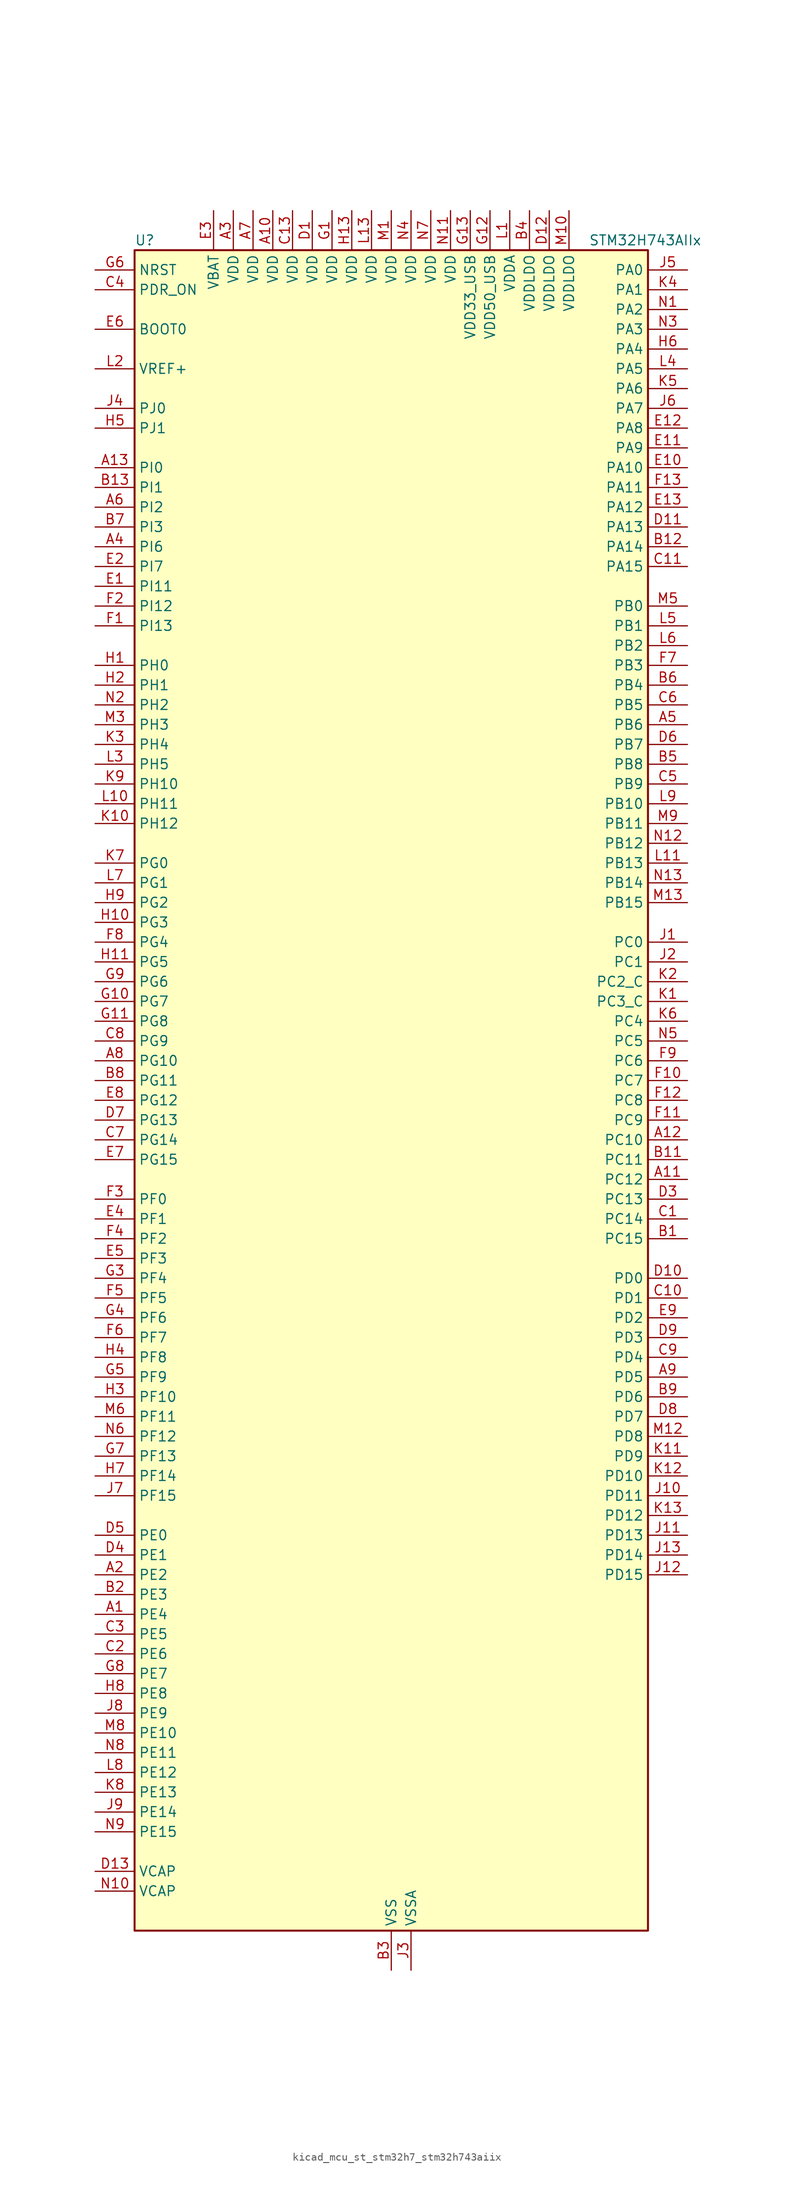
<source format=kicad_sym>
(kicad_symbol_lib
  (version 20220914)
  (generator kicad_symbol_editor)
  (symbol "kicad_mcu_st_stm32h7_stm32h743aiix"
    (property "Reference" "U"
      (at -33.02 110.49 0)
      (effects (font (size 1.27 1.27)) (justify left)))
    (property "Value" "STM32H743AIIx"
      (at 25.4 110.49 0)
      (effects (font (size 1.27 1.27)) (justify left)))
    (property "ki_locked" ""
      (at 0 0 0)
      (effects (font (size 1.27 1.27))))
    (symbol "kicad_mcu_st_stm32h7_stm32h743aiix_0_1"
      (rectangle (start -33.02 -106.68) (end 33.02 109.22) (stroke (width 0.254) (type default)) (fill (type background))))
    (symbol "kicad_mcu_st_stm32h7_stm32h743aiix_1_1"
      (pin bidirectional line (at -38.1 -66.04 0) (length 5.08) (name "PE4" (effects (font (size 1.27 1.27)))) (number "A1" (effects (font (size 1.27 1.27)))) (alternate "DCMI_D4" bidirectional line) (alternate "DEBUG_TRACED1" bidirectional line) (alternate "DFSDM1_DATIN3" bidirectional line) (alternate "FMC_A20" bidirectional line) (alternate "LTDC_B0" bidirectional line) (alternate "SAI1_D2" bidirectional line) (alternate "SAI1_FS_A" bidirectional line) (alternate "SAI4_D2" bidirectional line) (alternate "SAI4_FS_A" bidirectional line) (alternate "SPI4_NSS" bidirectional line) (alternate "TIM15_CH1N" bidirectional line))
      (pin power_in line (at -15.24 114.3 270) (length 5.08) (name "VDD" (effects (font (size 1.27 1.27)))) (number "A10" (effects (font (size 1.27 1.27)))))
      (pin bidirectional line (at 38.1 -10.16 180) (length 5.08) (name "PC12" (effects (font (size 1.27 1.27)))) (number "A11" (effects (font (size 1.27 1.27)))) (alternate "DCMI_D9" bidirectional line) (alternate "DEBUG_TRACED3" bidirectional line) (alternate "HRTIM_EEV2" bidirectional line) (alternate "I2S3_SDO" bidirectional line) (alternate "SDMMC1_CK" bidirectional line) (alternate "SPI3_MOSI" bidirectional line) (alternate "UART5_TX" bidirectional line) (alternate "USART3_CK" bidirectional line))
      (pin bidirectional line (at 38.1 -5.08 180) (length 5.08) (name "PC10" (effects (font (size 1.27 1.27)))) (number "A12" (effects (font (size 1.27 1.27)))) (alternate "DCMI_D8" bidirectional line) (alternate "DFSDM1_CKIN5" bidirectional line) (alternate "HRTIM_EEV1" bidirectional line) (alternate "I2S3_CK" bidirectional line) (alternate "LTDC_R2" bidirectional line) (alternate "QUADSPI_BK1_IO1" bidirectional line) (alternate "SDMMC1_D2" bidirectional line) (alternate "SPI3_SCK" bidirectional line) (alternate "UART4_TX" bidirectional line) (alternate "USART3_TX" bidirectional line))
      (pin bidirectional line (at -38.1 81.28 0) (length 5.08) (name "PI0" (effects (font (size 1.27 1.27)))) (number "A13" (effects (font (size 1.27 1.27)))) (alternate "DCMI_D13" bidirectional line) (alternate "FMC_D24" bidirectional line) (alternate "I2S2_WS" bidirectional line) (alternate "LTDC_G5" bidirectional line) (alternate "SPI2_NSS" bidirectional line) (alternate "TIM5_CH4" bidirectional line))
      (pin bidirectional line (at -38.1 -60.96 0) (length 5.08) (name "PE2" (effects (font (size 1.27 1.27)))) (number "A2" (effects (font (size 1.27 1.27)))) (alternate "DEBUG_TRACECLK" bidirectional line) (alternate "ETH_TXD3" bidirectional line) (alternate "FMC_A23" bidirectional line) (alternate "QUADSPI_BK1_IO2" bidirectional line) (alternate "SAI1_CK1" bidirectional line) (alternate "SAI1_MCLK_A" bidirectional line) (alternate "SAI4_CK1" bidirectional line) (alternate "SAI4_MCLK_A" bidirectional line) (alternate "SPI4_SCK" bidirectional line))
      (pin power_in line (at -20.32 114.3 270) (length 5.08) (name "VDD" (effects (font (size 1.27 1.27)))) (number "A3" (effects (font (size 1.27 1.27)))))
      (pin bidirectional line (at -38.1 71.12 0) (length 5.08) (name "PI6" (effects (font (size 1.27 1.27)))) (number "A4" (effects (font (size 1.27 1.27)))) (alternate "DCMI_D6" bidirectional line) (alternate "FMC_D28" bidirectional line) (alternate "LTDC_B6" bidirectional line) (alternate "SAI2_SD_A" bidirectional line) (alternate "TIM8_CH2" bidirectional line))
      (pin bidirectional line (at 38.1 48.26 180) (length 5.08) (name "PB6" (effects (font (size 1.27 1.27)))) (number "A5" (effects (font (size 1.27 1.27)))) (alternate "CEC" bidirectional line) (alternate "DCMI_D5" bidirectional line) (alternate "DFSDM1_DATIN5" bidirectional line) (alternate "FDCAN2_TX" bidirectional line) (alternate "FMC_SDNE1" bidirectional line) (alternate "HRTIM_EEV8" bidirectional line) (alternate "I2C1_SCL" bidirectional line) (alternate "I2C4_SCL" bidirectional line) (alternate "LPUART1_TX" bidirectional line) (alternate "QUADSPI_BK1_NCS" bidirectional line) (alternate "TIM16_CH1N" bidirectional line) (alternate "TIM4_CH1" bidirectional line) (alternate "UART5_TX" bidirectional line) (alternate "USART1_TX" bidirectional line))
      (pin bidirectional line (at -38.1 76.2 0) (length 5.08) (name "PI2" (effects (font (size 1.27 1.27)))) (number "A6" (effects (font (size 1.27 1.27)))) (alternate "DCMI_D9" bidirectional line) (alternate "FMC_D26" bidirectional line) (alternate "I2S2_SDI" bidirectional line) (alternate "LTDC_G7" bidirectional line) (alternate "SPI2_MISO" bidirectional line) (alternate "TIM8_CH4" bidirectional line))
      (pin power_in line (at -17.78 114.3 270) (length 5.08) (name "VDD" (effects (font (size 1.27 1.27)))) (number "A7" (effects (font (size 1.27 1.27)))))
      (pin bidirectional line (at -38.1 5.08 0) (length 5.08) (name "PG10" (effects (font (size 1.27 1.27)))) (number "A8" (effects (font (size 1.27 1.27)))) (alternate "DCMI_D2" bidirectional line) (alternate "FMC_NE3" bidirectional line) (alternate "HRTIM_FLT5" bidirectional line) (alternate "I2S1_WS" bidirectional line) (alternate "LTDC_B2" bidirectional line) (alternate "LTDC_G3" bidirectional line) (alternate "SAI2_SD_B" bidirectional line) (alternate "SPI1_NSS" bidirectional line))
      (pin bidirectional line (at 38.1 -35.56 180) (length 5.08) (name "PD5" (effects (font (size 1.27 1.27)))) (number "A9" (effects (font (size 1.27 1.27)))) (alternate "FMC_NWE" bidirectional line) (alternate "HRTIM_EEV3" bidirectional line) (alternate "USART2_TX" bidirectional line))
      (pin bidirectional line (at 38.1 -17.78 180) (length 5.08) (name "PC15" (effects (font (size 1.27 1.27)))) (number "B1" (effects (font (size 1.27 1.27)))) (alternate "ADC1_EXTI15" bidirectional line) (alternate "ADC2_EXTI15" bidirectional line) (alternate "ADC3_EXTI15" bidirectional line) (alternate "RCC_OSC32_OUT" bidirectional line))
      (pin passive line (at 0 -111.76 90) (length 5.08) hide (name "VSS" (effects (font (size 1.27 1.27)))) (number "B10" (effects (font (size 1.27 1.27)))))
      (pin bidirectional line (at 38.1 -7.62 180) (length 5.08) (name "PC11" (effects (font (size 1.27 1.27)))) (number "B11" (effects (font (size 1.27 1.27)))) (alternate "ADC1_EXTI11" bidirectional line) (alternate "ADC2_EXTI11" bidirectional line) (alternate "ADC3_EXTI11" bidirectional line) (alternate "DCMI_D4" bidirectional line) (alternate "DFSDM1_DATIN5" bidirectional line) (alternate "HRTIM_FLT2" bidirectional line) (alternate "I2S3_SDI" bidirectional line) (alternate "QUADSPI_BK2_NCS" bidirectional line) (alternate "SDMMC1_D3" bidirectional line) (alternate "SPI3_MISO" bidirectional line) (alternate "UART4_RX" bidirectional line) (alternate "USART3_RX" bidirectional line))
      (pin bidirectional line (at 38.1 71.12 180) (length 5.08) (name "PA14" (effects (font (size 1.27 1.27)))) (number "B12" (effects (font (size 1.27 1.27)))) (alternate "DEBUG_JTCK-SWCLK" bidirectional line))
      (pin bidirectional line (at -38.1 78.74 0) (length 5.08) (name "PI1" (effects (font (size 1.27 1.27)))) (number "B13" (effects (font (size 1.27 1.27)))) (alternate "DCMI_D8" bidirectional line) (alternate "FMC_D25" bidirectional line) (alternate "I2S2_CK" bidirectional line) (alternate "LTDC_G6" bidirectional line) (alternate "SPI2_SCK" bidirectional line) (alternate "TIM8_BKIN2" bidirectional line) (alternate "TIM8_BKIN2_COMP1" bidirectional line) (alternate "TIM8_BKIN2_COMP2" bidirectional line))
      (pin bidirectional line (at -38.1 -63.5 0) (length 5.08) (name "PE3" (effects (font (size 1.27 1.27)))) (number "B2" (effects (font (size 1.27 1.27)))) (alternate "DEBUG_TRACED0" bidirectional line) (alternate "FMC_A19" bidirectional line) (alternate "SAI1_SD_B" bidirectional line) (alternate "SAI4_SD_B" bidirectional line) (alternate "TIM15_BKIN" bidirectional line))
      (pin power_in line (at 0 -111.76 90) (length 5.08) (name "VSS" (effects (font (size 1.27 1.27)))) (number "B3" (effects (font (size 1.27 1.27)))))
      (pin power_in line (at 17.78 114.3 270) (length 5.08) (name "VDDLDO" (effects (font (size 1.27 1.27)))) (number "B4" (effects (font (size 1.27 1.27)))))
      (pin bidirectional line (at 38.1 43.18 180) (length 5.08) (name "PB8" (effects (font (size 1.27 1.27)))) (number "B5" (effects (font (size 1.27 1.27)))) (alternate "DCMI_D6" bidirectional line) (alternate "DFSDM1_CKIN7" bidirectional line) (alternate "ETH_TXD3" bidirectional line) (alternate "FDCAN1_RX" bidirectional line) (alternate "I2C1_SCL" bidirectional line) (alternate "I2C4_SCL" bidirectional line) (alternate "LTDC_B6" bidirectional line) (alternate "SDMMC1_CKIN" bidirectional line) (alternate "SDMMC1_D4" bidirectional line) (alternate "SDMMC2_D4" bidirectional line) (alternate "TIM16_CH1" bidirectional line) (alternate "TIM4_CH3" bidirectional line) (alternate "UART4_RX" bidirectional line))
      (pin bidirectional line (at 38.1 53.34 180) (length 5.08) (name "PB4" (effects (font (size 1.27 1.27)))) (number "B6" (effects (font (size 1.27 1.27)))) (alternate "DEBUG_JTRST" bidirectional line) (alternate "HRTIM_EEV6" bidirectional line) (alternate "I2S1_SDI" bidirectional line) (alternate "I2S2_WS" bidirectional line) (alternate "I2S3_SDI" bidirectional line) (alternate "SDMMC2_D3" bidirectional line) (alternate "SPI1_MISO" bidirectional line) (alternate "SPI2_NSS" bidirectional line) (alternate "SPI3_MISO" bidirectional line) (alternate "SPI6_MISO" bidirectional line) (alternate "TIM16_BKIN" bidirectional line) (alternate "TIM3_CH1" bidirectional line) (alternate "UART7_TX" bidirectional line))
      (pin bidirectional line (at -38.1 73.66 0) (length 5.08) (name "PI3" (effects (font (size 1.27 1.27)))) (number "B7" (effects (font (size 1.27 1.27)))) (alternate "DCMI_D10" bidirectional line) (alternate "FMC_D27" bidirectional line) (alternate "I2S2_SDO" bidirectional line) (alternate "SPI2_MOSI" bidirectional line) (alternate "TIM8_ETR" bidirectional line))
      (pin bidirectional line (at -38.1 2.54 0) (length 5.08) (name "PG11" (effects (font (size 1.27 1.27)))) (number "B8" (effects (font (size 1.27 1.27)))) (alternate "ADC1_EXTI11" bidirectional line) (alternate "ADC2_EXTI11" bidirectional line) (alternate "ADC3_EXTI11" bidirectional line) (alternate "DCMI_D3" bidirectional line) (alternate "ETH_TX_EN" bidirectional line) (alternate "HRTIM_EEV4" bidirectional line) (alternate "I2S1_CK" bidirectional line) (alternate "LPTIM1_IN2" bidirectional line) (alternate "LTDC_B3" bidirectional line) (alternate "SDMMC2_D2" bidirectional line) (alternate "SPDIFRX1_IN0" bidirectional line) (alternate "SPI1_SCK" bidirectional line))
      (pin bidirectional line (at 38.1 -38.1 180) (length 5.08) (name "PD6" (effects (font (size 1.27 1.27)))) (number "B9" (effects (font (size 1.27 1.27)))) (alternate "DCMI_D10" bidirectional line) (alternate "DFSDM1_CKIN4" bidirectional line) (alternate "DFSDM1_DATIN1" bidirectional line) (alternate "FMC_NWAIT" bidirectional line) (alternate "I2S3_SDO" bidirectional line) (alternate "LTDC_B2" bidirectional line) (alternate "SAI1_D1" bidirectional line) (alternate "SAI1_SD_A" bidirectional line) (alternate "SAI4_D1" bidirectional line) (alternate "SAI4_SD_A" bidirectional line) (alternate "SDMMC2_CK" bidirectional line) (alternate "SPI3_MOSI" bidirectional line) (alternate "USART2_RX" bidirectional line))
      (pin bidirectional line (at 38.1 -15.24 180) (length 5.08) (name "PC14" (effects (font (size 1.27 1.27)))) (number "C1" (effects (font (size 1.27 1.27)))) (alternate "RCC_OSC32_IN" bidirectional line))
      (pin bidirectional line (at 38.1 -25.4 180) (length 5.08) (name "PD1" (effects (font (size 1.27 1.27)))) (number "C10" (effects (font (size 1.27 1.27)))) (alternate "DFSDM1_DATIN6" bidirectional line) (alternate "FDCAN1_TX" bidirectional line) (alternate "FMC_D3" bidirectional line) (alternate "FMC_DA3" bidirectional line) (alternate "SAI3_SD_A" bidirectional line) (alternate "UART4_TX" bidirectional line))
      (pin bidirectional line (at 38.1 68.58 180) (length 5.08) (name "PA15" (effects (font (size 1.27 1.27)))) (number "C11" (effects (font (size 1.27 1.27)))) (alternate "ADC1_EXTI15" bidirectional line) (alternate "ADC2_EXTI15" bidirectional line) (alternate "ADC3_EXTI15" bidirectional line) (alternate "CEC" bidirectional line) (alternate "DEBUG_JTDI" bidirectional line) (alternate "HRTIM_FLT1" bidirectional line) (alternate "I2S1_WS" bidirectional line) (alternate "I2S3_WS" bidirectional line) (alternate "SPI1_NSS" bidirectional line) (alternate "SPI3_NSS" bidirectional line) (alternate "SPI6_NSS" bidirectional line) (alternate "TIM2_CH1" bidirectional line) (alternate "TIM2_ETR" bidirectional line) (alternate "UART4_DE" bidirectional line) (alternate "UART4_RTS" bidirectional line) (alternate "UART7_TX" bidirectional line))
      (pin passive line (at 0 -111.76 90) (length 5.08) hide (name "VSS" (effects (font (size 1.27 1.27)))) (number "C12" (effects (font (size 1.27 1.27)))))
      (pin power_in line (at -12.7 114.3 270) (length 5.08) (name "VDD" (effects (font (size 1.27 1.27)))) (number "C13" (effects (font (size 1.27 1.27)))))
      (pin bidirectional line (at -38.1 -71.12 0) (length 5.08) (name "PE6" (effects (font (size 1.27 1.27)))) (number "C2" (effects (font (size 1.27 1.27)))) (alternate "DCMI_D7" bidirectional line) (alternate "DEBUG_TRACED3" bidirectional line) (alternate "FMC_A22" bidirectional line) (alternate "LTDC_G1" bidirectional line) (alternate "SAI1_D1" bidirectional line) (alternate "SAI1_SD_A" bidirectional line) (alternate "SAI2_MCLK_B" bidirectional line) (alternate "SAI4_D1" bidirectional line) (alternate "SAI4_SD_A" bidirectional line) (alternate "SPI4_MOSI" bidirectional line) (alternate "TIM15_CH2" bidirectional line) (alternate "TIM1_BKIN2" bidirectional line) (alternate "TIM1_BKIN2_COMP1" bidirectional line) (alternate "TIM1_BKIN2_COMP2" bidirectional line))
      (pin bidirectional line (at -38.1 -68.58 0) (length 5.08) (name "PE5" (effects (font (size 1.27 1.27)))) (number "C3" (effects (font (size 1.27 1.27)))) (alternate "DCMI_D6" bidirectional line) (alternate "DEBUG_TRACED2" bidirectional line) (alternate "DFSDM1_CKIN3" bidirectional line) (alternate "FMC_A21" bidirectional line) (alternate "LTDC_G0" bidirectional line) (alternate "SAI1_CK2" bidirectional line) (alternate "SAI1_SCK_A" bidirectional line) (alternate "SAI4_CK2" bidirectional line) (alternate "SAI4_SCK_A" bidirectional line) (alternate "SPI4_MISO" bidirectional line) (alternate "TIM15_CH1" bidirectional line))
      (pin input line (at -38.1 104.14 0) (length 5.08) (name "PDR_ON" (effects (font (size 1.27 1.27)))) (number "C4" (effects (font (size 1.27 1.27)))))
      (pin bidirectional line (at 38.1 40.64 180) (length 5.08) (name "PB9" (effects (font (size 1.27 1.27)))) (number "C5" (effects (font (size 1.27 1.27)))) (alternate "DAC1_EXTI9" bidirectional line) (alternate "DCMI_D7" bidirectional line) (alternate "DFSDM1_DATIN7" bidirectional line) (alternate "FDCAN1_TX" bidirectional line) (alternate "I2C1_SDA" bidirectional line) (alternate "I2C4_SDA" bidirectional line) (alternate "I2C4_SMBA" bidirectional line) (alternate "I2S2_WS" bidirectional line) (alternate "LTDC_B7" bidirectional line) (alternate "SDMMC1_CDIR" bidirectional line) (alternate "SDMMC1_D5" bidirectional line) (alternate "SDMMC2_D5" bidirectional line) (alternate "SPI2_NSS" bidirectional line) (alternate "TIM17_CH1" bidirectional line) (alternate "TIM4_CH4" bidirectional line) (alternate "UART4_TX" bidirectional line))
      (pin bidirectional line (at 38.1 50.8 180) (length 5.08) (name "PB5" (effects (font (size 1.27 1.27)))) (number "C6" (effects (font (size 1.27 1.27)))) (alternate "DCMI_D10" bidirectional line) (alternate "ETH_PPS_OUT" bidirectional line) (alternate "FDCAN2_RX" bidirectional line) (alternate "FMC_SDCKE1" bidirectional line) (alternate "HRTIM_EEV7" bidirectional line) (alternate "I2C1_SMBA" bidirectional line) (alternate "I2C4_SMBA" bidirectional line) (alternate "I2S1_SDO" bidirectional line) (alternate "I2S3_SDO" bidirectional line) (alternate "SPI1_MOSI" bidirectional line) (alternate "SPI3_MOSI" bidirectional line) (alternate "SPI6_MOSI" bidirectional line) (alternate "TIM17_BKIN" bidirectional line) (alternate "TIM3_CH2" bidirectional line) (alternate "UART5_RX" bidirectional line) (alternate "USB_OTG_HS_ULPI_D7" bidirectional line))
      (pin bidirectional line (at -38.1 -5.08 0) (length 5.08) (name "PG14" (effects (font (size 1.27 1.27)))) (number "C7" (effects (font (size 1.27 1.27)))) (alternate "DEBUG_TRACED1" bidirectional line) (alternate "ETH_TXD1" bidirectional line) (alternate "FMC_A25" bidirectional line) (alternate "LPTIM1_ETR" bidirectional line) (alternate "LTDC_B0" bidirectional line) (alternate "QUADSPI_BK2_IO3" bidirectional line) (alternate "SPI6_MOSI" bidirectional line) (alternate "USART6_TX" bidirectional line))
      (pin bidirectional line (at -38.1 7.62 0) (length 5.08) (name "PG9" (effects (font (size 1.27 1.27)))) (number "C8" (effects (font (size 1.27 1.27)))) (alternate "DAC1_EXTI9" bidirectional line) (alternate "DCMI_VSYNC" bidirectional line) (alternate "FMC_NCE" bidirectional line) (alternate "FMC_NE2" bidirectional line) (alternate "I2S1_SDI" bidirectional line) (alternate "QUADSPI_BK2_IO2" bidirectional line) (alternate "SAI2_FS_B" bidirectional line) (alternate "SPDIFRX1_IN3" bidirectional line) (alternate "SPI1_MISO" bidirectional line) (alternate "USART6_RX" bidirectional line))
      (pin bidirectional line (at 38.1 -33.02 180) (length 5.08) (name "PD4" (effects (font (size 1.27 1.27)))) (number "C9" (effects (font (size 1.27 1.27)))) (alternate "FMC_NOE" bidirectional line) (alternate "HRTIM_FLT3" bidirectional line) (alternate "SAI3_FS_A" bidirectional line) (alternate "USART2_DE" bidirectional line) (alternate "USART2_RTS" bidirectional line))
      (pin power_in line (at -10.16 114.3 270) (length 5.08) (name "VDD" (effects (font (size 1.27 1.27)))) (number "D1" (effects (font (size 1.27 1.27)))))
      (pin bidirectional line (at 38.1 -22.86 180) (length 5.08) (name "PD0" (effects (font (size 1.27 1.27)))) (number "D10" (effects (font (size 1.27 1.27)))) (alternate "DFSDM1_CKIN6" bidirectional line) (alternate "FDCAN1_RX" bidirectional line) (alternate "FMC_D2" bidirectional line) (alternate "FMC_DA2" bidirectional line) (alternate "SAI3_SCK_A" bidirectional line) (alternate "UART4_RX" bidirectional line))
      (pin bidirectional line (at 38.1 73.66 180) (length 5.08) (name "PA13" (effects (font (size 1.27 1.27)))) (number "D11" (effects (font (size 1.27 1.27)))) (alternate "DEBUG_JTMS-SWDIO" bidirectional line))
      (pin power_in line (at 20.32 114.3 270) (length 5.08) (name "VDDLDO" (effects (font (size 1.27 1.27)))) (number "D12" (effects (font (size 1.27 1.27)))))
      (pin power_out line (at -38.1 -99.06 0) (length 5.08) (name "VCAP" (effects (font (size 1.27 1.27)))) (number "D13" (effects (font (size 1.27 1.27)))))
      (pin passive line (at 0 -111.76 90) (length 5.08) hide (name "VSS" (effects (font (size 1.27 1.27)))) (number "D2" (effects (font (size 1.27 1.27)))))
      (pin bidirectional line (at 38.1 -12.7 180) (length 5.08) (name "PC13" (effects (font (size 1.27 1.27)))) (number "D3" (effects (font (size 1.27 1.27)))) (alternate "PWR_WKUP2" bidirectional line) (alternate "RTC_OUT_ALARM" bidirectional line) (alternate "RTC_OUT_CALIB" bidirectional line) (alternate "RTC_TAMP1" bidirectional line) (alternate "RTC_TS" bidirectional line))
      (pin bidirectional line (at -38.1 -58.42 0) (length 5.08) (name "PE1" (effects (font (size 1.27 1.27)))) (number "D4" (effects (font (size 1.27 1.27)))) (alternate "DCMI_D3" bidirectional line) (alternate "FMC_NBL1" bidirectional line) (alternate "HRTIM_SCOUT" bidirectional line) (alternate "LPTIM1_IN2" bidirectional line) (alternate "UART8_TX" bidirectional line))
      (pin bidirectional line (at -38.1 -55.88 0) (length 5.08) (name "PE0" (effects (font (size 1.27 1.27)))) (number "D5" (effects (font (size 1.27 1.27)))) (alternate "DCMI_D2" bidirectional line) (alternate "FMC_NBL0" bidirectional line) (alternate "HRTIM_SCIN" bidirectional line) (alternate "LPTIM1_ETR" bidirectional line) (alternate "LPTIM2_ETR" bidirectional line) (alternate "SAI2_MCLK_A" bidirectional line) (alternate "TIM4_ETR" bidirectional line) (alternate "UART8_RX" bidirectional line))
      (pin bidirectional line (at 38.1 45.72 180) (length 5.08) (name "PB7" (effects (font (size 1.27 1.27)))) (number "D6" (effects (font (size 1.27 1.27)))) (alternate "DCMI_VSYNC" bidirectional line) (alternate "DFSDM1_CKIN5" bidirectional line) (alternate "FMC_NL" bidirectional line) (alternate "HRTIM_EEV9" bidirectional line) (alternate "I2C1_SDA" bidirectional line) (alternate "I2C4_SDA" bidirectional line) (alternate "LPUART1_RX" bidirectional line) (alternate "PWR_PVD_IN" bidirectional line) (alternate "TIM17_CH1N" bidirectional line) (alternate "TIM4_CH2" bidirectional line) (alternate "USART1_RX" bidirectional line))
      (pin bidirectional line (at -38.1 -2.54 0) (length 5.08) (name "PG13" (effects (font (size 1.27 1.27)))) (number "D7" (effects (font (size 1.27 1.27)))) (alternate "DEBUG_TRACED0" bidirectional line) (alternate "ETH_TXD0" bidirectional line) (alternate "FMC_A24" bidirectional line) (alternate "HRTIM_EEV10" bidirectional line) (alternate "LPTIM1_OUT" bidirectional line) (alternate "LTDC_R0" bidirectional line) (alternate "SPI6_SCK" bidirectional line) (alternate "USART6_CTS" bidirectional line) (alternate "USART6_NSS" bidirectional line))
      (pin bidirectional line (at 38.1 -40.64 180) (length 5.08) (name "PD7" (effects (font (size 1.27 1.27)))) (number "D8" (effects (font (size 1.27 1.27)))) (alternate "DFSDM1_CKIN1" bidirectional line) (alternate "DFSDM1_DATIN4" bidirectional line) (alternate "FMC_NE1" bidirectional line) (alternate "I2S1_SDO" bidirectional line) (alternate "SDMMC2_CMD" bidirectional line) (alternate "SPDIFRX1_IN0" bidirectional line) (alternate "SPI1_MOSI" bidirectional line) (alternate "USART2_CK" bidirectional line))
      (pin bidirectional line (at 38.1 -30.48 180) (length 5.08) (name "PD3" (effects (font (size 1.27 1.27)))) (number "D9" (effects (font (size 1.27 1.27)))) (alternate "DCMI_D5" bidirectional line) (alternate "DFSDM1_CKOUT" bidirectional line) (alternate "FMC_CLK" bidirectional line) (alternate "I2S2_CK" bidirectional line) (alternate "LTDC_G7" bidirectional line) (alternate "SPI2_SCK" bidirectional line) (alternate "USART2_CTS" bidirectional line) (alternate "USART2_NSS" bidirectional line))
      (pin bidirectional line (at -38.1 66.04 0) (length 5.08) (name "PI11" (effects (font (size 1.27 1.27)))) (number "E1" (effects (font (size 1.27 1.27)))) (alternate "ADC1_EXTI11" bidirectional line) (alternate "ADC2_EXTI11" bidirectional line) (alternate "ADC3_EXTI11" bidirectional line) (alternate "LTDC_G6" bidirectional line) (alternate "PWR_WKUP4" bidirectional line) (alternate "USB_OTG_HS_ULPI_DIR" bidirectional line))
      (pin bidirectional line (at 38.1 81.28 180) (length 5.08) (name "PA10" (effects (font (size 1.27 1.27)))) (number "E10" (effects (font (size 1.27 1.27)))) (alternate "DCMI_D1" bidirectional line) (alternate "HRTIM_CHC2" bidirectional line) (alternate "LPUART1_RX" bidirectional line) (alternate "LTDC_B1" bidirectional line) (alternate "LTDC_B4" bidirectional line) (alternate "MDIOS_MDIO" bidirectional line) (alternate "TIM1_CH3" bidirectional line) (alternate "USART1_RX" bidirectional line) (alternate "USB_OTG_FS_ID" bidirectional line))
      (pin bidirectional line (at 38.1 83.82 180) (length 5.08) (name "PA9" (effects (font (size 1.27 1.27)))) (number "E11" (effects (font (size 1.27 1.27)))) (alternate "DAC1_EXTI9" bidirectional line) (alternate "DCMI_D0" bidirectional line) (alternate "HRTIM_CHC1" bidirectional line) (alternate "I2C3_SMBA" bidirectional line) (alternate "I2S2_CK" bidirectional line) (alternate "LPUART1_TX" bidirectional line) (alternate "LTDC_R5" bidirectional line) (alternate "SPI2_SCK" bidirectional line) (alternate "TIM1_CH2" bidirectional line) (alternate "USART1_TX" bidirectional line) (alternate "USB_OTG_FS_VBUS" bidirectional line))
      (pin bidirectional line (at 38.1 86.36 180) (length 5.08) (name "PA8" (effects (font (size 1.27 1.27)))) (number "E12" (effects (font (size 1.27 1.27)))) (alternate "HRTIM_CHB2" bidirectional line) (alternate "I2C3_SCL" bidirectional line) (alternate "LTDC_B3" bidirectional line) (alternate "LTDC_R6" bidirectional line) (alternate "RCC_MCO_1" bidirectional line) (alternate "TIM1_CH1" bidirectional line) (alternate "TIM8_BKIN2" bidirectional line) (alternate "TIM8_BKIN2_COMP1" bidirectional line) (alternate "TIM8_BKIN2_COMP2" bidirectional line) (alternate "UART7_RX" bidirectional line) (alternate "USART1_CK" bidirectional line) (alternate "USB_OTG_FS_SOF" bidirectional line))
      (pin bidirectional line (at 38.1 76.2 180) (length 5.08) (name "PA12" (effects (font (size 1.27 1.27)))) (number "E13" (effects (font (size 1.27 1.27)))) (alternate "FDCAN1_TX" bidirectional line) (alternate "HRTIM_CHD2" bidirectional line) (alternate "I2S2_CK" bidirectional line) (alternate "LPUART1_DE" bidirectional line) (alternate "LPUART1_RTS" bidirectional line) (alternate "LTDC_R5" bidirectional line) (alternate "SAI2_FS_B" bidirectional line) (alternate "SPI2_SCK" bidirectional line) (alternate "TIM1_ETR" bidirectional line) (alternate "UART4_TX" bidirectional line) (alternate "USART1_DE" bidirectional line) (alternate "USART1_RTS" bidirectional line) (alternate "USB_OTG_FS_DP" bidirectional line))
      (pin bidirectional line (at -38.1 68.58 0) (length 5.08) (name "PI7" (effects (font (size 1.27 1.27)))) (number "E2" (effects (font (size 1.27 1.27)))) (alternate "DCMI_D7" bidirectional line) (alternate "FMC_D29" bidirectional line) (alternate "LTDC_B7" bidirectional line) (alternate "SAI2_FS_A" bidirectional line) (alternate "TIM8_CH3" bidirectional line))
      (pin power_in line (at -22.86 114.3 270) (length 5.08) (name "VBAT" (effects (font (size 1.27 1.27)))) (number "E3" (effects (font (size 1.27 1.27)))))
      (pin bidirectional line (at -38.1 -15.24 0) (length 5.08) (name "PF1" (effects (font (size 1.27 1.27)))) (number "E4" (effects (font (size 1.27 1.27)))) (alternate "FMC_A1" bidirectional line) (alternate "I2C2_SCL" bidirectional line))
      (pin bidirectional line (at -38.1 -20.32 0) (length 5.08) (name "PF3" (effects (font (size 1.27 1.27)))) (number "E5" (effects (font (size 1.27 1.27)))) (alternate "ADC3_INP5" bidirectional line) (alternate "FMC_A3" bidirectional line))
      (pin input line (at -38.1 99.06 0) (length 5.08) (name "BOOT0" (effects (font (size 1.27 1.27)))) (number "E6" (effects (font (size 1.27 1.27)))))
      (pin bidirectional line (at -38.1 -7.62 0) (length 5.08) (name "PG15" (effects (font (size 1.27 1.27)))) (number "E7" (effects (font (size 1.27 1.27)))) (alternate "ADC1_EXTI15" bidirectional line) (alternate "ADC2_EXTI15" bidirectional line) (alternate "ADC3_EXTI15" bidirectional line) (alternate "DCMI_D13" bidirectional line) (alternate "FMC_SDNCAS" bidirectional line) (alternate "USART6_CTS" bidirectional line) (alternate "USART6_NSS" bidirectional line))
      (pin bidirectional line (at -38.1 0 0) (length 5.08) (name "PG12" (effects (font (size 1.27 1.27)))) (number "E8" (effects (font (size 1.27 1.27)))) (alternate "ETH_TXD1" bidirectional line) (alternate "FMC_NE4" bidirectional line) (alternate "HRTIM_EEV5" bidirectional line) (alternate "LPTIM1_IN1" bidirectional line) (alternate "LTDC_B1" bidirectional line) (alternate "LTDC_B4" bidirectional line) (alternate "SPDIFRX1_IN1" bidirectional line) (alternate "SPI6_MISO" bidirectional line) (alternate "USART6_DE" bidirectional line) (alternate "USART6_RTS" bidirectional line))
      (pin bidirectional line (at 38.1 -27.94 180) (length 5.08) (name "PD2" (effects (font (size 1.27 1.27)))) (number "E9" (effects (font (size 1.27 1.27)))) (alternate "DCMI_D11" bidirectional line) (alternate "DEBUG_TRACED2" bidirectional line) (alternate "SDMMC1_CMD" bidirectional line) (alternate "TIM3_ETR" bidirectional line) (alternate "UART5_RX" bidirectional line))
      (pin bidirectional line (at -38.1 60.96 0) (length 5.08) (name "PI13" (effects (font (size 1.27 1.27)))) (number "F1" (effects (font (size 1.27 1.27)))) (alternate "LTDC_VSYNC" bidirectional line))
      (pin bidirectional line (at 38.1 2.54 180) (length 5.08) (name "PC7" (effects (font (size 1.27 1.27)))) (number "F10" (effects (font (size 1.27 1.27)))) (alternate "DCMI_D1" bidirectional line) (alternate "DEBUG_TRGIO" bidirectional line) (alternate "DFSDM1_DATIN3" bidirectional line) (alternate "FMC_NE1" bidirectional line) (alternate "HRTIM_CHA2" bidirectional line) (alternate "I2S3_MCK" bidirectional line) (alternate "LTDC_G6" bidirectional line) (alternate "SDMMC1_D123DIR" bidirectional line) (alternate "SDMMC1_D7" bidirectional line) (alternate "SDMMC2_D7" bidirectional line) (alternate "SWPMI1_TX" bidirectional line) (alternate "TIM3_CH2" bidirectional line) (alternate "TIM8_CH2" bidirectional line) (alternate "USART6_RX" bidirectional line))
      (pin bidirectional line (at 38.1 -2.54 180) (length 5.08) (name "PC9" (effects (font (size 1.27 1.27)))) (number "F11" (effects (font (size 1.27 1.27)))) (alternate "DAC1_EXTI9" bidirectional line) (alternate "DCMI_D3" bidirectional line) (alternate "I2C3_SDA" bidirectional line) (alternate "I2S_CKIN" bidirectional line) (alternate "LTDC_B2" bidirectional line) (alternate "LTDC_G3" bidirectional line) (alternate "QUADSPI_BK1_IO0" bidirectional line) (alternate "RCC_MCO_2" bidirectional line) (alternate "SDMMC1_D1" bidirectional line) (alternate "SWPMI1_SUSPEND" bidirectional line) (alternate "TIM3_CH4" bidirectional line) (alternate "TIM8_CH4" bidirectional line) (alternate "UART5_CTS" bidirectional line))
      (pin bidirectional line (at 38.1 0 180) (length 5.08) (name "PC8" (effects (font (size 1.27 1.27)))) (number "F12" (effects (font (size 1.27 1.27)))) (alternate "DCMI_D2" bidirectional line) (alternate "DEBUG_TRACED1" bidirectional line) (alternate "FMC_NCE" bidirectional line) (alternate "FMC_NE2" bidirectional line) (alternate "HRTIM_CHB1" bidirectional line) (alternate "SDMMC1_D0" bidirectional line) (alternate "SWPMI1_RX" bidirectional line) (alternate "TIM3_CH3" bidirectional line) (alternate "TIM8_CH3" bidirectional line) (alternate "UART5_DE" bidirectional line) (alternate "UART5_RTS" bidirectional line) (alternate "USART6_CK" bidirectional line))
      (pin bidirectional line (at 38.1 78.74 180) (length 5.08) (name "PA11" (effects (font (size 1.27 1.27)))) (number "F13" (effects (font (size 1.27 1.27)))) (alternate "ADC1_EXTI11" bidirectional line) (alternate "ADC2_EXTI11" bidirectional line) (alternate "ADC3_EXTI11" bidirectional line) (alternate "FDCAN1_RX" bidirectional line) (alternate "HRTIM_CHD1" bidirectional line) (alternate "I2S2_WS" bidirectional line) (alternate "LPUART1_CTS" bidirectional line) (alternate "LTDC_R4" bidirectional line) (alternate "SPI2_NSS" bidirectional line) (alternate "TIM1_CH4" bidirectional line) (alternate "UART4_RX" bidirectional line) (alternate "USART1_CTS" bidirectional line) (alternate "USART1_NSS" bidirectional line) (alternate "USB_OTG_FS_DM" bidirectional line))
      (pin bidirectional line (at -38.1 63.5 0) (length 5.08) (name "PI12" (effects (font (size 1.27 1.27)))) (number "F2" (effects (font (size 1.27 1.27)))) (alternate "LTDC_HSYNC" bidirectional line))
      (pin bidirectional line (at -38.1 -12.7 0) (length 5.08) (name "PF0" (effects (font (size 1.27 1.27)))) (number "F3" (effects (font (size 1.27 1.27)))) (alternate "FMC_A0" bidirectional line) (alternate "I2C2_SDA" bidirectional line))
      (pin bidirectional line (at -38.1 -17.78 0) (length 5.08) (name "PF2" (effects (font (size 1.27 1.27)))) (number "F4" (effects (font (size 1.27 1.27)))) (alternate "FMC_A2" bidirectional line) (alternate "I2C2_SMBA" bidirectional line))
      (pin bidirectional line (at -38.1 -25.4 0) (length 5.08) (name "PF5" (effects (font (size 1.27 1.27)))) (number "F5" (effects (font (size 1.27 1.27)))) (alternate "ADC3_INP4" bidirectional line) (alternate "FMC_A5" bidirectional line))
      (pin bidirectional line (at -38.1 -30.48 0) (length 5.08) (name "PF7" (effects (font (size 1.27 1.27)))) (number "F6" (effects (font (size 1.27 1.27)))) (alternate "ADC3_INP3" bidirectional line) (alternate "QUADSPI_BK1_IO2" bidirectional line) (alternate "SAI1_MCLK_B" bidirectional line) (alternate "SAI4_MCLK_B" bidirectional line) (alternate "SPI5_SCK" bidirectional line) (alternate "TIM17_CH1" bidirectional line) (alternate "UART7_TX" bidirectional line))
      (pin bidirectional line (at 38.1 55.88 180) (length 5.08) (name "PB3" (effects (font (size 1.27 1.27)))) (number "F7" (effects (font (size 1.27 1.27)))) (alternate "CRS_SYNC" bidirectional line) (alternate "DEBUG_JTDO-SWO" bidirectional line) (alternate "HRTIM_FLT4" bidirectional line) (alternate "I2S1_CK" bidirectional line) (alternate "I2S3_CK" bidirectional line) (alternate "SDMMC2_D2" bidirectional line) (alternate "SPI1_SCK" bidirectional line) (alternate "SPI3_SCK" bidirectional line) (alternate "SPI6_SCK" bidirectional line) (alternate "TIM2_CH2" bidirectional line) (alternate "UART7_RX" bidirectional line))
      (pin bidirectional line (at -38.1 20.32 0) (length 5.08) (name "PG4" (effects (font (size 1.27 1.27)))) (number "F8" (effects (font (size 1.27 1.27)))) (alternate "FMC_A14" bidirectional line) (alternate "FMC_BA0" bidirectional line) (alternate "TIM1_BKIN2" bidirectional line) (alternate "TIM1_BKIN2_COMP1" bidirectional line) (alternate "TIM1_BKIN2_COMP2" bidirectional line))
      (pin bidirectional line (at 38.1 5.08 180) (length 5.08) (name "PC6" (effects (font (size 1.27 1.27)))) (number "F9" (effects (font (size 1.27 1.27)))) (alternate "DCMI_D0" bidirectional line) (alternate "DFSDM1_CKIN3" bidirectional line) (alternate "FMC_NWAIT" bidirectional line) (alternate "HRTIM_CHA1" bidirectional line) (alternate "I2S2_MCK" bidirectional line) (alternate "LTDC_HSYNC" bidirectional line) (alternate "SDMMC1_D0DIR" bidirectional line) (alternate "SDMMC1_D6" bidirectional line) (alternate "SDMMC2_D6" bidirectional line) (alternate "SWPMI1_IO" bidirectional line) (alternate "TIM3_CH1" bidirectional line) (alternate "TIM8_CH1" bidirectional line) (alternate "USART6_TX" bidirectional line))
      (pin power_in line (at -7.62 114.3 270) (length 5.08) (name "VDD" (effects (font (size 1.27 1.27)))) (number "G1" (effects (font (size 1.27 1.27)))))
      (pin bidirectional line (at -38.1 12.7 0) (length 5.08) (name "PG7" (effects (font (size 1.27 1.27)))) (number "G10" (effects (font (size 1.27 1.27)))) (alternate "DCMI_D13" bidirectional line) (alternate "FMC_INT" bidirectional line) (alternate "HRTIM_CHE2" bidirectional line) (alternate "LTDC_CLK" bidirectional line) (alternate "SAI1_MCLK_A" bidirectional line) (alternate "USART6_CK" bidirectional line))
      (pin bidirectional line (at -38.1 10.16 0) (length 5.08) (name "PG8" (effects (font (size 1.27 1.27)))) (number "G11" (effects (font (size 1.27 1.27)))) (alternate "ETH_PPS_OUT" bidirectional line) (alternate "FMC_SDCLK" bidirectional line) (alternate "LTDC_G7" bidirectional line) (alternate "SPDIFRX1_IN2" bidirectional line) (alternate "SPI6_NSS" bidirectional line) (alternate "TIM8_ETR" bidirectional line) (alternate "USART6_DE" bidirectional line) (alternate "USART6_RTS" bidirectional line))
      (pin power_in line (at 12.7 114.3 270) (length 5.08) (name "VDD50_USB" (effects (font (size 1.27 1.27)))) (number "G12" (effects (font (size 1.27 1.27)))))
      (pin power_in line (at 10.16 114.3 270) (length 5.08) (name "VDD33_USB" (effects (font (size 1.27 1.27)))) (number "G13" (effects (font (size 1.27 1.27)))))
      (pin passive line (at 0 -111.76 90) (length 5.08) hide (name "VSS" (effects (font (size 1.27 1.27)))) (number "G2" (effects (font (size 1.27 1.27)))))
      (pin bidirectional line (at -38.1 -22.86 0) (length 5.08) (name "PF4" (effects (font (size 1.27 1.27)))) (number "G3" (effects (font (size 1.27 1.27)))) (alternate "ADC3_INN5" bidirectional line) (alternate "ADC3_INP9" bidirectional line) (alternate "FMC_A4" bidirectional line))
      (pin bidirectional line (at -38.1 -27.94 0) (length 5.08) (name "PF6" (effects (font (size 1.27 1.27)))) (number "G4" (effects (font (size 1.27 1.27)))) (alternate "ADC3_INN4" bidirectional line) (alternate "ADC3_INP8" bidirectional line) (alternate "QUADSPI_BK1_IO3" bidirectional line) (alternate "SAI1_SD_B" bidirectional line) (alternate "SAI4_SD_B" bidirectional line) (alternate "SPI5_NSS" bidirectional line) (alternate "TIM16_CH1" bidirectional line) (alternate "UART7_RX" bidirectional line))
      (pin bidirectional line (at -38.1 -35.56 0) (length 5.08) (name "PF9" (effects (font (size 1.27 1.27)))) (number "G5" (effects (font (size 1.27 1.27)))) (alternate "ADC3_INP2" bidirectional line) (alternate "DAC1_EXTI9" bidirectional line) (alternate "QUADSPI_BK1_IO1" bidirectional line) (alternate "SAI1_FS_B" bidirectional line) (alternate "SAI4_FS_B" bidirectional line) (alternate "SPI5_MOSI" bidirectional line) (alternate "TIM14_CH1" bidirectional line) (alternate "TIM17_CH1N" bidirectional line) (alternate "UART7_CTS" bidirectional line))
      (pin input line (at -38.1 106.68 0) (length 5.08) (name "NRST" (effects (font (size 1.27 1.27)))) (number "G6" (effects (font (size 1.27 1.27)))))
      (pin bidirectional line (at -38.1 -45.72 0) (length 5.08) (name "PF13" (effects (font (size 1.27 1.27)))) (number "G7" (effects (font (size 1.27 1.27)))) (alternate "ADC2_INP2" bidirectional line) (alternate "DFSDM1_DATIN6" bidirectional line) (alternate "FMC_A7" bidirectional line) (alternate "I2C4_SMBA" bidirectional line))
      (pin bidirectional line (at -38.1 -73.66 0) (length 5.08) (name "PE7" (effects (font (size 1.27 1.27)))) (number "G8" (effects (font (size 1.27 1.27)))) (alternate "COMP2_INM" bidirectional line) (alternate "DFSDM1_DATIN2" bidirectional line) (alternate "FMC_D4" bidirectional line) (alternate "FMC_DA4" bidirectional line) (alternate "OPAMP2_VOUT" bidirectional line) (alternate "QUADSPI_BK2_IO0" bidirectional line) (alternate "TIM1_ETR" bidirectional line) (alternate "UART7_RX" bidirectional line))
      (pin bidirectional line (at -38.1 15.24 0) (length 5.08) (name "PG6" (effects (font (size 1.27 1.27)))) (number "G9" (effects (font (size 1.27 1.27)))) (alternate "DCMI_D12" bidirectional line) (alternate "FMC_NE3" bidirectional line) (alternate "HRTIM_CHE1" bidirectional line) (alternate "LTDC_R7" bidirectional line) (alternate "QUADSPI_BK1_NCS" bidirectional line) (alternate "TIM17_BKIN" bidirectional line))
      (pin bidirectional line (at -38.1 55.88 0) (length 5.08) (name "PH0" (effects (font (size 1.27 1.27)))) (number "H1" (effects (font (size 1.27 1.27)))) (alternate "RCC_OSC_IN" bidirectional line))
      (pin bidirectional line (at -38.1 22.86 0) (length 5.08) (name "PG3" (effects (font (size 1.27 1.27)))) (number "H10" (effects (font (size 1.27 1.27)))) (alternate "FMC_A13" bidirectional line) (alternate "TIM8_BKIN2" bidirectional line) (alternate "TIM8_BKIN2_COMP1" bidirectional line) (alternate "TIM8_BKIN2_COMP2" bidirectional line))
      (pin bidirectional line (at -38.1 17.78 0) (length 5.08) (name "PG5" (effects (font (size 1.27 1.27)))) (number "H11" (effects (font (size 1.27 1.27)))) (alternate "FMC_A15" bidirectional line) (alternate "FMC_BA1" bidirectional line) (alternate "TIM1_ETR" bidirectional line))
      (pin passive line (at 0 -111.76 90) (length 5.08) hide (name "VSS" (effects (font (size 1.27 1.27)))) (number "H12" (effects (font (size 1.27 1.27)))))
      (pin power_in line (at -5.08 114.3 270) (length 5.08) (name "VDD" (effects (font (size 1.27 1.27)))) (number "H13" (effects (font (size 1.27 1.27)))))
      (pin bidirectional line (at -38.1 53.34 0) (length 5.08) (name "PH1" (effects (font (size 1.27 1.27)))) (number "H2" (effects (font (size 1.27 1.27)))) (alternate "RCC_OSC_OUT" bidirectional line))
      (pin bidirectional line (at -38.1 -38.1 0) (length 5.08) (name "PF10" (effects (font (size 1.27 1.27)))) (number "H3" (effects (font (size 1.27 1.27)))) (alternate "ADC3_INN2" bidirectional line) (alternate "ADC3_INP6" bidirectional line) (alternate "DCMI_D11" bidirectional line) (alternate "LTDC_DE" bidirectional line) (alternate "QUADSPI_CLK" bidirectional line) (alternate "SAI1_D3" bidirectional line) (alternate "SAI4_D3" bidirectional line) (alternate "TIM16_BKIN" bidirectional line))
      (pin bidirectional line (at -38.1 -33.02 0) (length 5.08) (name "PF8" (effects (font (size 1.27 1.27)))) (number "H4" (effects (font (size 1.27 1.27)))) (alternate "ADC3_INN3" bidirectional line) (alternate "ADC3_INP7" bidirectional line) (alternate "QUADSPI_BK1_IO0" bidirectional line) (alternate "SAI1_SCK_B" bidirectional line) (alternate "SAI4_SCK_B" bidirectional line) (alternate "SPI5_MISO" bidirectional line) (alternate "TIM13_CH1" bidirectional line) (alternate "TIM16_CH1N" bidirectional line) (alternate "UART7_DE" bidirectional line) (alternate "UART7_RTS" bidirectional line))
      (pin bidirectional line (at -38.1 86.36 0) (length 5.08) (name "PJ1" (effects (font (size 1.27 1.27)))) (number "H5" (effects (font (size 1.27 1.27)))) (alternate "LTDC_R2" bidirectional line))
      (pin bidirectional line (at 38.1 96.52 180) (length 5.08) (name "PA4" (effects (font (size 1.27 1.27)))) (number "H6" (effects (font (size 1.27 1.27)))) (alternate "ADC1_INP18" bidirectional line) (alternate "ADC2_INP18" bidirectional line) (alternate "DAC1_OUT1" bidirectional line) (alternate "DCMI_HSYNC" bidirectional line) (alternate "I2S1_WS" bidirectional line) (alternate "I2S3_WS" bidirectional line) (alternate "LTDC_VSYNC" bidirectional line) (alternate "SPI1_NSS" bidirectional line) (alternate "SPI3_NSS" bidirectional line) (alternate "SPI6_NSS" bidirectional line) (alternate "TIM5_ETR" bidirectional line) (alternate "USART2_CK" bidirectional line) (alternate "USB_OTG_HS_SOF" bidirectional line))
      (pin bidirectional line (at -38.1 -48.26 0) (length 5.08) (name "PF14" (effects (font (size 1.27 1.27)))) (number "H7" (effects (font (size 1.27 1.27)))) (alternate "ADC2_INN2" bidirectional line) (alternate "ADC2_INP6" bidirectional line) (alternate "DFSDM1_CKIN6" bidirectional line) (alternate "FMC_A8" bidirectional line) (alternate "I2C4_SCL" bidirectional line))
      (pin bidirectional line (at -38.1 -76.2 0) (length 5.08) (name "PE8" (effects (font (size 1.27 1.27)))) (number "H8" (effects (font (size 1.27 1.27)))) (alternate "COMP2_OUT" bidirectional line) (alternate "DFSDM1_CKIN2" bidirectional line) (alternate "FMC_D5" bidirectional line) (alternate "FMC_DA5" bidirectional line) (alternate "OPAMP2_VINM" bidirectional line) (alternate "OPAMP2_VINM0" bidirectional line) (alternate "QUADSPI_BK2_IO1" bidirectional line) (alternate "TIM1_CH1N" bidirectional line) (alternate "UART7_TX" bidirectional line))
      (pin bidirectional line (at -38.1 25.4 0) (length 5.08) (name "PG2" (effects (font (size 1.27 1.27)))) (number "H9" (effects (font (size 1.27 1.27)))) (alternate "FMC_A12" bidirectional line) (alternate "TIM8_BKIN" bidirectional line) (alternate "TIM8_BKIN_COMP1" bidirectional line) (alternate "TIM8_BKIN_COMP2" bidirectional line))
      (pin bidirectional line (at 38.1 20.32 180) (length 5.08) (name "PC0" (effects (font (size 1.27 1.27)))) (number "J1" (effects (font (size 1.27 1.27)))) (alternate "ADC1_INP10" bidirectional line) (alternate "ADC2_INP10" bidirectional line) (alternate "ADC3_INP10" bidirectional line) (alternate "DFSDM1_CKIN0" bidirectional line) (alternate "DFSDM1_DATIN4" bidirectional line) (alternate "FMC_SDNWE" bidirectional line) (alternate "LTDC_R5" bidirectional line) (alternate "SAI2_FS_B" bidirectional line) (alternate "USB_OTG_HS_ULPI_STP" bidirectional line))
      (pin bidirectional line (at 38.1 -50.8 180) (length 5.08) (name "PD11" (effects (font (size 1.27 1.27)))) (number "J10" (effects (font (size 1.27 1.27)))) (alternate "ADC1_EXTI11" bidirectional line) (alternate "ADC2_EXTI11" bidirectional line) (alternate "ADC3_EXTI11" bidirectional line) (alternate "FMC_A16" bidirectional line) (alternate "FMC_CLE" bidirectional line) (alternate "I2C4_SMBA" bidirectional line) (alternate "LPTIM2_IN2" bidirectional line) (alternate "QUADSPI_BK1_IO0" bidirectional line) (alternate "SAI2_SD_A" bidirectional line) (alternate "USART3_CTS" bidirectional line) (alternate "USART3_NSS" bidirectional line))
      (pin bidirectional line (at 38.1 -55.88 180) (length 5.08) (name "PD13" (effects (font (size 1.27 1.27)))) (number "J11" (effects (font (size 1.27 1.27)))) (alternate "FMC_A18" bidirectional line) (alternate "I2C4_SDA" bidirectional line) (alternate "LPTIM1_OUT" bidirectional line) (alternate "QUADSPI_BK1_IO3" bidirectional line) (alternate "SAI2_SCK_A" bidirectional line) (alternate "TIM4_CH2" bidirectional line))
      (pin bidirectional line (at 38.1 -60.96 180) (length 5.08) (name "PD15" (effects (font (size 1.27 1.27)))) (number "J12" (effects (font (size 1.27 1.27)))) (alternate "ADC1_EXTI15" bidirectional line) (alternate "ADC2_EXTI15" bidirectional line) (alternate "ADC3_EXTI15" bidirectional line) (alternate "FMC_D1" bidirectional line) (alternate "FMC_DA1" bidirectional line) (alternate "SAI3_MCLK_A" bidirectional line) (alternate "TIM4_CH4" bidirectional line) (alternate "UART8_DE" bidirectional line) (alternate "UART8_RTS" bidirectional line))
      (pin bidirectional line (at 38.1 -58.42 180) (length 5.08) (name "PD14" (effects (font (size 1.27 1.27)))) (number "J13" (effects (font (size 1.27 1.27)))) (alternate "FMC_D0" bidirectional line) (alternate "FMC_DA0" bidirectional line) (alternate "SAI3_MCLK_B" bidirectional line) (alternate "TIM4_CH3" bidirectional line) (alternate "UART8_CTS" bidirectional line))
      (pin bidirectional line (at 38.1 17.78 180) (length 5.08) (name "PC1" (effects (font (size 1.27 1.27)))) (number "J2" (effects (font (size 1.27 1.27)))) (alternate "ADC1_INN10" bidirectional line) (alternate "ADC1_INP11" bidirectional line) (alternate "ADC2_INN10" bidirectional line) (alternate "ADC2_INP11" bidirectional line) (alternate "ADC3_INN10" bidirectional line) (alternate "ADC3_INP11" bidirectional line) (alternate "DEBUG_TRACED0" bidirectional line) (alternate "DFSDM1_CKIN4" bidirectional line) (alternate "DFSDM1_DATIN0" bidirectional line) (alternate "ETH_MDC" bidirectional line) (alternate "I2S2_SDO" bidirectional line) (alternate "MDIOS_MDC" bidirectional line) (alternate "PWR_WKUP5" bidirectional line) (alternate "RTC_TAMP3" bidirectional line) (alternate "SAI1_D1" bidirectional line) (alternate "SAI1_SD_A" bidirectional line) (alternate "SAI4_D1" bidirectional line) (alternate "SAI4_SD_A" bidirectional line) (alternate "SDMMC2_CK" bidirectional line) (alternate "SPI2_MOSI" bidirectional line))
      (pin power_in line (at 2.54 -111.76 90) (length 5.08) (name "VSSA" (effects (font (size 1.27 1.27)))) (number "J3" (effects (font (size 1.27 1.27)))))
      (pin bidirectional line (at -38.1 88.9 0) (length 5.08) (name "PJ0" (effects (font (size 1.27 1.27)))) (number "J4" (effects (font (size 1.27 1.27)))) (alternate "LTDC_R1" bidirectional line) (alternate "LTDC_R7" bidirectional line))
      (pin bidirectional line (at 38.1 106.68 180) (length 5.08) (name "PA0" (effects (font (size 1.27 1.27)))) (number "J5" (effects (font (size 1.27 1.27)))) (alternate "ADC1_INP16" bidirectional line) (alternate "ETH_CRS" bidirectional line) (alternate "PWR_WKUP0" bidirectional line) (alternate "SAI2_SD_B" bidirectional line) (alternate "SDMMC2_CMD" bidirectional line) (alternate "TIM15_BKIN" bidirectional line) (alternate "TIM2_CH1" bidirectional line) (alternate "TIM2_ETR" bidirectional line) (alternate "TIM5_CH1" bidirectional line) (alternate "TIM8_ETR" bidirectional line) (alternate "UART4_TX" bidirectional line) (alternate "USART2_CTS" bidirectional line) (alternate "USART2_NSS" bidirectional line))
      (pin bidirectional line (at 38.1 88.9 180) (length 5.08) (name "PA7" (effects (font (size 1.27 1.27)))) (number "J6" (effects (font (size 1.27 1.27)))) (alternate "ADC1_INN3" bidirectional line) (alternate "ADC1_INP7" bidirectional line) (alternate "ADC2_INN3" bidirectional line) (alternate "ADC2_INP7" bidirectional line) (alternate "ETH_CRS_DV" bidirectional line) (alternate "ETH_RX_DV" bidirectional line) (alternate "FMC_SDNWE" bidirectional line) (alternate "I2S1_SDO" bidirectional line) (alternate "OPAMP1_VINM" bidirectional line) (alternate "OPAMP1_VINM1" bidirectional line) (alternate "SPI1_MOSI" bidirectional line) (alternate "SPI6_MOSI" bidirectional line) (alternate "TIM14_CH1" bidirectional line) (alternate "TIM1_CH1N" bidirectional line) (alternate "TIM3_CH2" bidirectional line) (alternate "TIM8_CH1N" bidirectional line))
      (pin bidirectional line (at -38.1 -50.8 0) (length 5.08) (name "PF15" (effects (font (size 1.27 1.27)))) (number "J7" (effects (font (size 1.27 1.27)))) (alternate "ADC1_EXTI15" bidirectional line) (alternate "ADC2_EXTI15" bidirectional line) (alternate "ADC3_EXTI15" bidirectional line) (alternate "FMC_A9" bidirectional line) (alternate "I2C4_SDA" bidirectional line))
      (pin bidirectional line (at -38.1 -78.74 0) (length 5.08) (name "PE9" (effects (font (size 1.27 1.27)))) (number "J8" (effects (font (size 1.27 1.27)))) (alternate "COMP2_INP" bidirectional line) (alternate "DAC1_EXTI9" bidirectional line) (alternate "DFSDM1_CKOUT" bidirectional line) (alternate "FMC_D6" bidirectional line) (alternate "FMC_DA6" bidirectional line) (alternate "OPAMP2_VINP" bidirectional line) (alternate "QUADSPI_BK2_IO2" bidirectional line) (alternate "TIM1_CH1" bidirectional line) (alternate "UART7_DE" bidirectional line) (alternate "UART7_RTS" bidirectional line))
      (pin bidirectional line (at -38.1 -91.44 0) (length 5.08) (name "PE14" (effects (font (size 1.27 1.27)))) (number "J9" (effects (font (size 1.27 1.27)))) (alternate "FMC_D11" bidirectional line) (alternate "FMC_DA11" bidirectional line) (alternate "LTDC_CLK" bidirectional line) (alternate "SAI2_MCLK_B" bidirectional line) (alternate "SPI4_MOSI" bidirectional line) (alternate "TIM1_CH4" bidirectional line))
      (pin bidirectional line (at 38.1 12.7 180) (length 5.08) (name "PC3_C" (effects (font (size 1.27 1.27)))) (number "K1" (effects (font (size 1.27 1.27)))) (alternate "ADC3_INP1" bidirectional line) (alternate "DFSDM1_DATIN1" bidirectional line) (alternate "ETH_TX_CLK" bidirectional line) (alternate "FMC_SDCKE0" bidirectional line) (alternate "I2S2_SDO" bidirectional line) (alternate "PWR_CSLEEP" bidirectional line) (alternate "SPI2_MOSI" bidirectional line) (alternate "USB_OTG_HS_ULPI_NXT" bidirectional line))
      (pin bidirectional line (at -38.1 35.56 0) (length 5.08) (name "PH12" (effects (font (size 1.27 1.27)))) (number "K10" (effects (font (size 1.27 1.27)))) (alternate "DCMI_D3" bidirectional line) (alternate "FMC_D20" bidirectional line) (alternate "I2C4_SDA" bidirectional line) (alternate "LTDC_R6" bidirectional line) (alternate "TIM5_CH3" bidirectional line))
      (pin bidirectional line (at 38.1 -45.72 180) (length 5.08) (name "PD9" (effects (font (size 1.27 1.27)))) (number "K11" (effects (font (size 1.27 1.27)))) (alternate "DAC1_EXTI9" bidirectional line) (alternate "DFSDM1_DATIN3" bidirectional line) (alternate "FMC_D14" bidirectional line) (alternate "FMC_DA14" bidirectional line) (alternate "SAI3_SD_B" bidirectional line) (alternate "USART3_RX" bidirectional line))
      (pin bidirectional line (at 38.1 -48.26 180) (length 5.08) (name "PD10" (effects (font (size 1.27 1.27)))) (number "K12" (effects (font (size 1.27 1.27)))) (alternate "DFSDM1_CKOUT" bidirectional line) (alternate "FMC_D15" bidirectional line) (alternate "FMC_DA15" bidirectional line) (alternate "LTDC_B3" bidirectional line) (alternate "SAI3_FS_B" bidirectional line) (alternate "USART3_CK" bidirectional line))
      (pin bidirectional line (at 38.1 -53.34 180) (length 5.08) (name "PD12" (effects (font (size 1.27 1.27)))) (number "K13" (effects (font (size 1.27 1.27)))) (alternate "FMC_A17" bidirectional line) (alternate "FMC_ALE" bidirectional line) (alternate "I2C4_SCL" bidirectional line) (alternate "LPTIM1_IN1" bidirectional line) (alternate "LPTIM2_IN1" bidirectional line) (alternate "QUADSPI_BK1_IO1" bidirectional line) (alternate "SAI2_FS_A" bidirectional line) (alternate "TIM4_CH1" bidirectional line) (alternate "USART3_DE" bidirectional line) (alternate "USART3_RTS" bidirectional line))
      (pin bidirectional line (at 38.1 15.24 180) (length 5.08) (name "PC2_C" (effects (font (size 1.27 1.27)))) (number "K2" (effects (font (size 1.27 1.27)))) (alternate "ADC3_INN1" bidirectional line) (alternate "ADC3_INP0" bidirectional line) (alternate "DFSDM1_CKIN1" bidirectional line) (alternate "DFSDM1_CKOUT" bidirectional line) (alternate "ETH_TXD2" bidirectional line) (alternate "FMC_SDNE0" bidirectional line) (alternate "I2S2_SDI" bidirectional line) (alternate "PWR_CSTOP" bidirectional line) (alternate "SPI2_MISO" bidirectional line) (alternate "USB_OTG_HS_ULPI_DIR" bidirectional line))
      (pin bidirectional line (at -38.1 45.72 0) (length 5.08) (name "PH4" (effects (font (size 1.27 1.27)))) (number "K3" (effects (font (size 1.27 1.27)))) (alternate "ADC3_INN14" bidirectional line) (alternate "ADC3_INP15" bidirectional line) (alternate "I2C2_SCL" bidirectional line) (alternate "LTDC_G4" bidirectional line) (alternate "LTDC_G5" bidirectional line) (alternate "USB_OTG_HS_ULPI_NXT" bidirectional line))
      (pin bidirectional line (at 38.1 104.14 180) (length 5.08) (name "PA1" (effects (font (size 1.27 1.27)))) (number "K4" (effects (font (size 1.27 1.27)))) (alternate "ADC1_INN16" bidirectional line) (alternate "ADC1_INP17" bidirectional line) (alternate "ETH_REF_CLK" bidirectional line) (alternate "ETH_RX_CLK" bidirectional line) (alternate "LPTIM3_OUT" bidirectional line) (alternate "LTDC_R2" bidirectional line) (alternate "QUADSPI_BK1_IO3" bidirectional line) (alternate "SAI2_MCLK_B" bidirectional line) (alternate "TIM15_CH1N" bidirectional line) (alternate "TIM2_CH2" bidirectional line) (alternate "TIM5_CH2" bidirectional line) (alternate "UART4_RX" bidirectional line) (alternate "USART2_DE" bidirectional line) (alternate "USART2_RTS" bidirectional line))
      (pin bidirectional line (at 38.1 91.44 180) (length 5.08) (name "PA6" (effects (font (size 1.27 1.27)))) (number "K5" (effects (font (size 1.27 1.27)))) (alternate "ADC1_INP3" bidirectional line) (alternate "ADC2_INP3" bidirectional line) (alternate "DCMI_PIXCLK" bidirectional line) (alternate "I2S1_SDI" bidirectional line) (alternate "LTDC_G2" bidirectional line) (alternate "MDIOS_MDC" bidirectional line) (alternate "SPI1_MISO" bidirectional line) (alternate "SPI6_MISO" bidirectional line) (alternate "TIM13_CH1" bidirectional line) (alternate "TIM1_BKIN" bidirectional line) (alternate "TIM1_BKIN_COMP1" bidirectional line) (alternate "TIM1_BKIN_COMP2" bidirectional line) (alternate "TIM3_CH1" bidirectional line) (alternate "TIM8_BKIN" bidirectional line) (alternate "TIM8_BKIN_COMP1" bidirectional line) (alternate "TIM8_BKIN_COMP2" bidirectional line))
      (pin bidirectional line (at 38.1 10.16 180) (length 5.08) (name "PC4" (effects (font (size 1.27 1.27)))) (number "K6" (effects (font (size 1.27 1.27)))) (alternate "ADC1_INP4" bidirectional line) (alternate "ADC2_INP4" bidirectional line) (alternate "COMP1_INM" bidirectional line) (alternate "DFSDM1_CKIN2" bidirectional line) (alternate "ETH_RXD0" bidirectional line) (alternate "FMC_SDNE0" bidirectional line) (alternate "I2S1_MCK" bidirectional line) (alternate "OPAMP1_VOUT" bidirectional line) (alternate "SPDIFRX1_IN2" bidirectional line))
      (pin bidirectional line (at -38.1 30.48 0) (length 5.08) (name "PG0" (effects (font (size 1.27 1.27)))) (number "K7" (effects (font (size 1.27 1.27)))) (alternate "FMC_A10" bidirectional line))
      (pin bidirectional line (at -38.1 -88.9 0) (length 5.08) (name "PE13" (effects (font (size 1.27 1.27)))) (number "K8" (effects (font (size 1.27 1.27)))) (alternate "COMP2_OUT" bidirectional line) (alternate "DFSDM1_CKIN5" bidirectional line) (alternate "FMC_D10" bidirectional line) (alternate "FMC_DA10" bidirectional line) (alternate "LTDC_DE" bidirectional line) (alternate "SAI2_FS_B" bidirectional line) (alternate "SPI4_MISO" bidirectional line) (alternate "TIM1_CH3" bidirectional line))
      (pin bidirectional line (at -38.1 40.64 0) (length 5.08) (name "PH10" (effects (font (size 1.27 1.27)))) (number "K9" (effects (font (size 1.27 1.27)))) (alternate "DCMI_D1" bidirectional line) (alternate "FMC_D18" bidirectional line) (alternate "I2C4_SMBA" bidirectional line) (alternate "LTDC_R4" bidirectional line) (alternate "TIM5_CH1" bidirectional line))
      (pin power_in line (at 15.24 114.3 270) (length 5.08) (name "VDDA" (effects (font (size 1.27 1.27)))) (number "L1" (effects (font (size 1.27 1.27)))))
      (pin bidirectional line (at -38.1 38.1 0) (length 5.08) (name "PH11" (effects (font (size 1.27 1.27)))) (number "L10" (effects (font (size 1.27 1.27)))) (alternate "ADC1_EXTI11" bidirectional line) (alternate "ADC2_EXTI11" bidirectional line) (alternate "ADC3_EXTI11" bidirectional line) (alternate "DCMI_D2" bidirectional line) (alternate "FMC_D19" bidirectional line) (alternate "I2C4_SCL" bidirectional line) (alternate "LTDC_R5" bidirectional line) (alternate "TIM5_CH2" bidirectional line))
      (pin bidirectional line (at 38.1 30.48 180) (length 5.08) (name "PB13" (effects (font (size 1.27 1.27)))) (number "L11" (effects (font (size 1.27 1.27)))) (alternate "DFSDM1_CKIN1" bidirectional line) (alternate "ETH_TXD1" bidirectional line) (alternate "FDCAN2_TX" bidirectional line) (alternate "I2S2_CK" bidirectional line) (alternate "LPTIM2_OUT" bidirectional line) (alternate "SPI2_SCK" bidirectional line) (alternate "TIM1_CH1N" bidirectional line) (alternate "UART5_TX" bidirectional line) (alternate "USART3_CTS" bidirectional line) (alternate "USART3_NSS" bidirectional line) (alternate "USB_OTG_HS_ULPI_D6" bidirectional line) (alternate "USB_OTG_HS_VBUS" bidirectional line))
      (pin passive line (at 0 -111.76 90) (length 5.08) hide (name "VSS" (effects (font (size 1.27 1.27)))) (number "L12" (effects (font (size 1.27 1.27)))))
      (pin power_in line (at -2.54 114.3 270) (length 5.08) (name "VDD" (effects (font (size 1.27 1.27)))) (number "L13" (effects (font (size 1.27 1.27)))))
      (pin input line (at -38.1 93.98 0) (length 5.08) (name "VREF+" (effects (font (size 1.27 1.27)))) (number "L2" (effects (font (size 1.27 1.27)))) (alternate "VREFBUF_OUT" bidirectional line))
      (pin bidirectional line (at -38.1 43.18 0) (length 5.08) (name "PH5" (effects (font (size 1.27 1.27)))) (number "L3" (effects (font (size 1.27 1.27)))) (alternate "ADC3_INN15" bidirectional line) (alternate "ADC3_INP16" bidirectional line) (alternate "FMC_SDNWE" bidirectional line) (alternate "I2C2_SDA" bidirectional line) (alternate "SPI5_NSS" bidirectional line))
      (pin bidirectional line (at 38.1 93.98 180) (length 5.08) (name "PA5" (effects (font (size 1.27 1.27)))) (number "L4" (effects (font (size 1.27 1.27)))) (alternate "ADC1_INN18" bidirectional line) (alternate "ADC1_INP19" bidirectional line) (alternate "ADC2_INN18" bidirectional line) (alternate "ADC2_INP19" bidirectional line) (alternate "DAC1_OUT2" bidirectional line) (alternate "I2S1_CK" bidirectional line) (alternate "LTDC_R4" bidirectional line) (alternate "PWR_NDSTOP2" bidirectional line) (alternate "SPI1_SCK" bidirectional line) (alternate "SPI6_SCK" bidirectional line) (alternate "TIM2_CH1" bidirectional line) (alternate "TIM2_ETR" bidirectional line) (alternate "TIM8_CH1N" bidirectional line) (alternate "USB_OTG_HS_ULPI_CK" bidirectional line))
      (pin bidirectional line (at 38.1 60.96 180) (length 5.08) (name "PB1" (effects (font (size 1.27 1.27)))) (number "L5" (effects (font (size 1.27 1.27)))) (alternate "ADC1_INP5" bidirectional line) (alternate "ADC2_INP5" bidirectional line) (alternate "COMP1_INM" bidirectional line) (alternate "DFSDM1_DATIN1" bidirectional line) (alternate "ETH_RXD3" bidirectional line) (alternate "LTDC_G0" bidirectional line) (alternate "LTDC_R6" bidirectional line) (alternate "TIM1_CH3N" bidirectional line) (alternate "TIM3_CH4" bidirectional line) (alternate "TIM8_CH3N" bidirectional line) (alternate "USB_OTG_HS_ULPI_D2" bidirectional line))
      (pin bidirectional line (at 38.1 58.42 180) (length 5.08) (name "PB2" (effects (font (size 1.27 1.27)))) (number "L6" (effects (font (size 1.27 1.27)))) (alternate "COMP1_INP" bidirectional line) (alternate "DFSDM1_CKIN1" bidirectional line) (alternate "I2S3_SDO" bidirectional line) (alternate "QUADSPI_CLK" bidirectional line) (alternate "RTC_OUT_ALARM" bidirectional line) (alternate "RTC_OUT_CALIB" bidirectional line) (alternate "SAI1_D1" bidirectional line) (alternate "SAI1_SD_A" bidirectional line) (alternate "SAI4_D1" bidirectional line) (alternate "SAI4_SD_A" bidirectional line) (alternate "SPI3_MOSI" bidirectional line))
      (pin bidirectional line (at -38.1 27.94 0) (length 5.08) (name "PG1" (effects (font (size 1.27 1.27)))) (number "L7" (effects (font (size 1.27 1.27)))) (alternate "FMC_A11" bidirectional line) (alternate "OPAMP2_VINM" bidirectional line) (alternate "OPAMP2_VINM1" bidirectional line))
      (pin bidirectional line (at -38.1 -86.36 0) (length 5.08) (name "PE12" (effects (font (size 1.27 1.27)))) (number "L8" (effects (font (size 1.27 1.27)))) (alternate "COMP1_OUT" bidirectional line) (alternate "DFSDM1_DATIN5" bidirectional line) (alternate "FMC_D9" bidirectional line) (alternate "FMC_DA9" bidirectional line) (alternate "LTDC_B4" bidirectional line) (alternate "SAI2_SCK_B" bidirectional line) (alternate "SPI4_SCK" bidirectional line) (alternate "TIM1_CH3N" bidirectional line))
      (pin bidirectional line (at 38.1 38.1 180) (length 5.08) (name "PB10" (effects (font (size 1.27 1.27)))) (number "L9" (effects (font (size 1.27 1.27)))) (alternate "DFSDM1_DATIN7" bidirectional line) (alternate "ETH_RX_ER" bidirectional line) (alternate "HRTIM_SCOUT" bidirectional line) (alternate "I2C2_SCL" bidirectional line) (alternate "I2S2_CK" bidirectional line) (alternate "LPTIM2_IN1" bidirectional line) (alternate "LTDC_G4" bidirectional line) (alternate "QUADSPI_BK1_NCS" bidirectional line) (alternate "SPI2_SCK" bidirectional line) (alternate "TIM2_CH3" bidirectional line) (alternate "USART3_TX" bidirectional line) (alternate "USB_OTG_HS_ULPI_D3" bidirectional line))
      (pin power_in line (at 0 114.3 270) (length 5.08) (name "VDD" (effects (font (size 1.27 1.27)))) (number "M1" (effects (font (size 1.27 1.27)))))
      (pin power_in line (at 22.86 114.3 270) (length 5.08) (name "VDDLDO" (effects (font (size 1.27 1.27)))) (number "M10" (effects (font (size 1.27 1.27)))))
      (pin passive line (at 0 -111.76 90) (length 5.08) hide (name "VSS" (effects (font (size 1.27 1.27)))) (number "M11" (effects (font (size 1.27 1.27)))))
      (pin bidirectional line (at 38.1 -43.18 180) (length 5.08) (name "PD8" (effects (font (size 1.27 1.27)))) (number "M12" (effects (font (size 1.27 1.27)))) (alternate "DFSDM1_CKIN3" bidirectional line) (alternate "FMC_D13" bidirectional line) (alternate "FMC_DA13" bidirectional line) (alternate "SAI3_SCK_B" bidirectional line) (alternate "SPDIFRX1_IN1" bidirectional line) (alternate "USART3_TX" bidirectional line))
      (pin bidirectional line (at 38.1 25.4 180) (length 5.08) (name "PB15" (effects (font (size 1.27 1.27)))) (number "M13" (effects (font (size 1.27 1.27)))) (alternate "ADC1_EXTI15" bidirectional line) (alternate "ADC2_EXTI15" bidirectional line) (alternate "ADC3_EXTI15" bidirectional line) (alternate "DFSDM1_CKIN2" bidirectional line) (alternate "I2S2_SDO" bidirectional line) (alternate "RTC_REFIN" bidirectional line) (alternate "SDMMC2_D1" bidirectional line) (alternate "SPI2_MOSI" bidirectional line) (alternate "TIM12_CH2" bidirectional line) (alternate "TIM1_CH3N" bidirectional line) (alternate "TIM8_CH3N" bidirectional line) (alternate "UART4_CTS" bidirectional line) (alternate "USART1_RX" bidirectional line) (alternate "USB_OTG_HS_DP" bidirectional line))
      (pin passive line (at 0 -111.76 90) (length 5.08) hide (name "VSS" (effects (font (size 1.27 1.27)))) (number "M2" (effects (font (size 1.27 1.27)))))
      (pin bidirectional line (at -38.1 48.26 0) (length 5.08) (name "PH3" (effects (font (size 1.27 1.27)))) (number "M3" (effects (font (size 1.27 1.27)))) (alternate "ADC3_INN13" bidirectional line) (alternate "ADC3_INP14" bidirectional line) (alternate "ETH_COL" bidirectional line) (alternate "FMC_SDNE0" bidirectional line) (alternate "LTDC_R1" bidirectional line) (alternate "QUADSPI_BK2_IO1" bidirectional line) (alternate "SAI2_MCLK_B" bidirectional line))
      (pin passive line (at 0 -111.76 90) (length 5.08) hide (name "VSS" (effects (font (size 1.27 1.27)))) (number "M4" (effects (font (size 1.27 1.27)))))
      (pin bidirectional line (at 38.1 63.5 180) (length 5.08) (name "PB0" (effects (font (size 1.27 1.27)))) (number "M5" (effects (font (size 1.27 1.27)))) (alternate "ADC1_INN5" bidirectional line) (alternate "ADC1_INP9" bidirectional line) (alternate "ADC2_INN5" bidirectional line) (alternate "ADC2_INP9" bidirectional line) (alternate "COMP1_INP" bidirectional line) (alternate "DFSDM1_CKOUT" bidirectional line) (alternate "ETH_RXD2" bidirectional line) (alternate "LTDC_G1" bidirectional line) (alternate "LTDC_R3" bidirectional line) (alternate "OPAMP1_VINP" bidirectional line) (alternate "TIM1_CH2N" bidirectional line) (alternate "TIM3_CH3" bidirectional line) (alternate "TIM8_CH2N" bidirectional line) (alternate "UART4_CTS" bidirectional line) (alternate "USB_OTG_HS_ULPI_D1" bidirectional line))
      (pin bidirectional line (at -38.1 -40.64 0) (length 5.08) (name "PF11" (effects (font (size 1.27 1.27)))) (number "M6" (effects (font (size 1.27 1.27)))) (alternate "ADC1_EXTI11" bidirectional line) (alternate "ADC1_INP2" bidirectional line) (alternate "ADC2_EXTI11" bidirectional line) (alternate "ADC3_EXTI11" bidirectional line) (alternate "DCMI_D12" bidirectional line) (alternate "FMC_SDNRAS" bidirectional line) (alternate "SAI2_SD_B" bidirectional line) (alternate "SPI5_MOSI" bidirectional line))
      (pin passive line (at 0 -111.76 90) (length 5.08) hide (name "VSS" (effects (font (size 1.27 1.27)))) (number "M7" (effects (font (size 1.27 1.27)))))
      (pin bidirectional line (at -38.1 -81.28 0) (length 5.08) (name "PE10" (effects (font (size 1.27 1.27)))) (number "M8" (effects (font (size 1.27 1.27)))) (alternate "COMP2_INM" bidirectional line) (alternate "DFSDM1_DATIN4" bidirectional line) (alternate "FMC_D7" bidirectional line) (alternate "FMC_DA7" bidirectional line) (alternate "QUADSPI_BK2_IO3" bidirectional line) (alternate "TIM1_CH2N" bidirectional line) (alternate "UART7_CTS" bidirectional line))
      (pin bidirectional line (at 38.1 35.56 180) (length 5.08) (name "PB11" (effects (font (size 1.27 1.27)))) (number "M9" (effects (font (size 1.27 1.27)))) (alternate "ADC1_EXTI11" bidirectional line) (alternate "ADC2_EXTI11" bidirectional line) (alternate "ADC3_EXTI11" bidirectional line) (alternate "DFSDM1_CKIN7" bidirectional line) (alternate "ETH_TX_EN" bidirectional line) (alternate "HRTIM_SCIN" bidirectional line) (alternate "I2C2_SDA" bidirectional line) (alternate "LPTIM2_ETR" bidirectional line) (alternate "LTDC_G5" bidirectional line) (alternate "TIM2_CH4" bidirectional line) (alternate "USART3_RX" bidirectional line) (alternate "USB_OTG_HS_ULPI_D4" bidirectional line))
      (pin bidirectional line (at 38.1 101.6 180) (length 5.08) (name "PA2" (effects (font (size 1.27 1.27)))) (number "N1" (effects (font (size 1.27 1.27)))) (alternate "ADC1_INP14" bidirectional line) (alternate "ADC2_INP14" bidirectional line) (alternate "ETH_MDIO" bidirectional line) (alternate "LPTIM4_OUT" bidirectional line) (alternate "LTDC_R1" bidirectional line) (alternate "MDIOS_MDIO" bidirectional line) (alternate "PWR_WKUP1" bidirectional line) (alternate "SAI2_SCK_B" bidirectional line) (alternate "TIM15_CH1" bidirectional line) (alternate "TIM2_CH3" bidirectional line) (alternate "TIM5_CH3" bidirectional line) (alternate "USART2_TX" bidirectional line))
      (pin power_out line (at -38.1 -101.6 0) (length 5.08) (name "VCAP" (effects (font (size 1.27 1.27)))) (number "N10" (effects (font (size 1.27 1.27)))))
      (pin power_in line (at 7.62 114.3 270) (length 5.08) (name "VDD" (effects (font (size 1.27 1.27)))) (number "N11" (effects (font (size 1.27 1.27)))))
      (pin bidirectional line (at 38.1 33.02 180) (length 5.08) (name "PB12" (effects (font (size 1.27 1.27)))) (number "N12" (effects (font (size 1.27 1.27)))) (alternate "DFSDM1_DATIN1" bidirectional line) (alternate "ETH_TXD0" bidirectional line) (alternate "FDCAN2_RX" bidirectional line) (alternate "I2C2_SMBA" bidirectional line) (alternate "I2S2_WS" bidirectional line) (alternate "SPI2_NSS" bidirectional line) (alternate "TIM1_BKIN" bidirectional line) (alternate "TIM1_BKIN_COMP1" bidirectional line) (alternate "TIM1_BKIN_COMP2" bidirectional line) (alternate "UART5_RX" bidirectional line) (alternate "USART3_CK" bidirectional line) (alternate "USB_OTG_HS_ID" bidirectional line) (alternate "USB_OTG_HS_ULPI_D5" bidirectional line))
      (pin bidirectional line (at 38.1 27.94 180) (length 5.08) (name "PB14" (effects (font (size 1.27 1.27)))) (number "N13" (effects (font (size 1.27 1.27)))) (alternate "DFSDM1_DATIN2" bidirectional line) (alternate "I2S2_SDI" bidirectional line) (alternate "SDMMC2_D0" bidirectional line) (alternate "SPI2_MISO" bidirectional line) (alternate "TIM12_CH1" bidirectional line) (alternate "TIM1_CH2N" bidirectional line) (alternate "TIM8_CH2N" bidirectional line) (alternate "UART4_DE" bidirectional line) (alternate "UART4_RTS" bidirectional line) (alternate "USART1_TX" bidirectional line) (alternate "USART3_DE" bidirectional line) (alternate "USART3_RTS" bidirectional line) (alternate "USB_OTG_HS_DM" bidirectional line))
      (pin bidirectional line (at -38.1 50.8 0) (length 5.08) (name "PH2" (effects (font (size 1.27 1.27)))) (number "N2" (effects (font (size 1.27 1.27)))) (alternate "ADC3_INP13" bidirectional line) (alternate "ETH_CRS" bidirectional line) (alternate "FMC_SDCKE0" bidirectional line) (alternate "LPTIM1_IN2" bidirectional line) (alternate "LTDC_R0" bidirectional line) (alternate "QUADSPI_BK2_IO0" bidirectional line) (alternate "SAI2_SCK_B" bidirectional line))
      (pin bidirectional line (at 38.1 99.06 180) (length 5.08) (name "PA3" (effects (font (size 1.27 1.27)))) (number "N3" (effects (font (size 1.27 1.27)))) (alternate "ADC1_INP15" bidirectional line) (alternate "ADC2_INP15" bidirectional line) (alternate "ETH_COL" bidirectional line) (alternate "LPTIM5_OUT" bidirectional line) (alternate "LTDC_B2" bidirectional line) (alternate "LTDC_B5" bidirectional line) (alternate "TIM15_CH2" bidirectional line) (alternate "TIM2_CH4" bidirectional line) (alternate "TIM5_CH4" bidirectional line) (alternate "USART2_RX" bidirectional line) (alternate "USB_OTG_HS_ULPI_D0" bidirectional line))
      (pin power_in line (at 2.54 114.3 270) (length 5.08) (name "VDD" (effects (font (size 1.27 1.27)))) (number "N4" (effects (font (size 1.27 1.27)))))
      (pin bidirectional line (at 38.1 7.62 180) (length 5.08) (name "PC5" (effects (font (size 1.27 1.27)))) (number "N5" (effects (font (size 1.27 1.27)))) (alternate "ADC1_INN4" bidirectional line) (alternate "ADC1_INP8" bidirectional line) (alternate "ADC2_INN4" bidirectional line) (alternate "ADC2_INP8" bidirectional line) (alternate "COMP1_OUT" bidirectional line) (alternate "DFSDM1_DATIN2" bidirectional line) (alternate "ETH_RXD1" bidirectional line) (alternate "FMC_SDCKE0" bidirectional line) (alternate "OPAMP1_VINM" bidirectional line) (alternate "OPAMP1_VINM0" bidirectional line) (alternate "SAI1_D3" bidirectional line) (alternate "SAI4_D3" bidirectional line) (alternate "SPDIFRX1_IN3" bidirectional line))
      (pin bidirectional line (at -38.1 -43.18 0) (length 5.08) (name "PF12" (effects (font (size 1.27 1.27)))) (number "N6" (effects (font (size 1.27 1.27)))) (alternate "ADC1_INN2" bidirectional line) (alternate "ADC1_INP6" bidirectional line) (alternate "FMC_A6" bidirectional line))
      (pin power_in line (at 5.08 114.3 270) (length 5.08) (name "VDD" (effects (font (size 1.27 1.27)))) (number "N7" (effects (font (size 1.27 1.27)))))
      (pin bidirectional line (at -38.1 -83.82 0) (length 5.08) (name "PE11" (effects (font (size 1.27 1.27)))) (number "N8" (effects (font (size 1.27 1.27)))) (alternate "ADC1_EXTI11" bidirectional line) (alternate "ADC2_EXTI11" bidirectional line) (alternate "ADC3_EXTI11" bidirectional line) (alternate "COMP2_INP" bidirectional line) (alternate "DFSDM1_CKIN4" bidirectional line) (alternate "FMC_D8" bidirectional line) (alternate "FMC_DA8" bidirectional line) (alternate "LTDC_G3" bidirectional line) (alternate "SAI2_SD_B" bidirectional line) (alternate "SPI4_NSS" bidirectional line) (alternate "TIM1_CH2" bidirectional line))
      (pin bidirectional line (at -38.1 -93.98 0) (length 5.08) (name "PE15" (effects (font (size 1.27 1.27)))) (number "N9" (effects (font (size 1.27 1.27)))) (alternate "ADC1_EXTI15" bidirectional line) (alternate "ADC2_EXTI15" bidirectional line) (alternate "ADC3_EXTI15" bidirectional line) (alternate "FMC_D12" bidirectional line) (alternate "FMC_DA12" bidirectional line) (alternate "LTDC_R7" bidirectional line) (alternate "TIM1_BKIN" bidirectional line) (alternate "TIM1_BKIN_COMP1" bidirectional line) (alternate "TIM1_BKIN_COMP2" bidirectional line)))))
</source>
